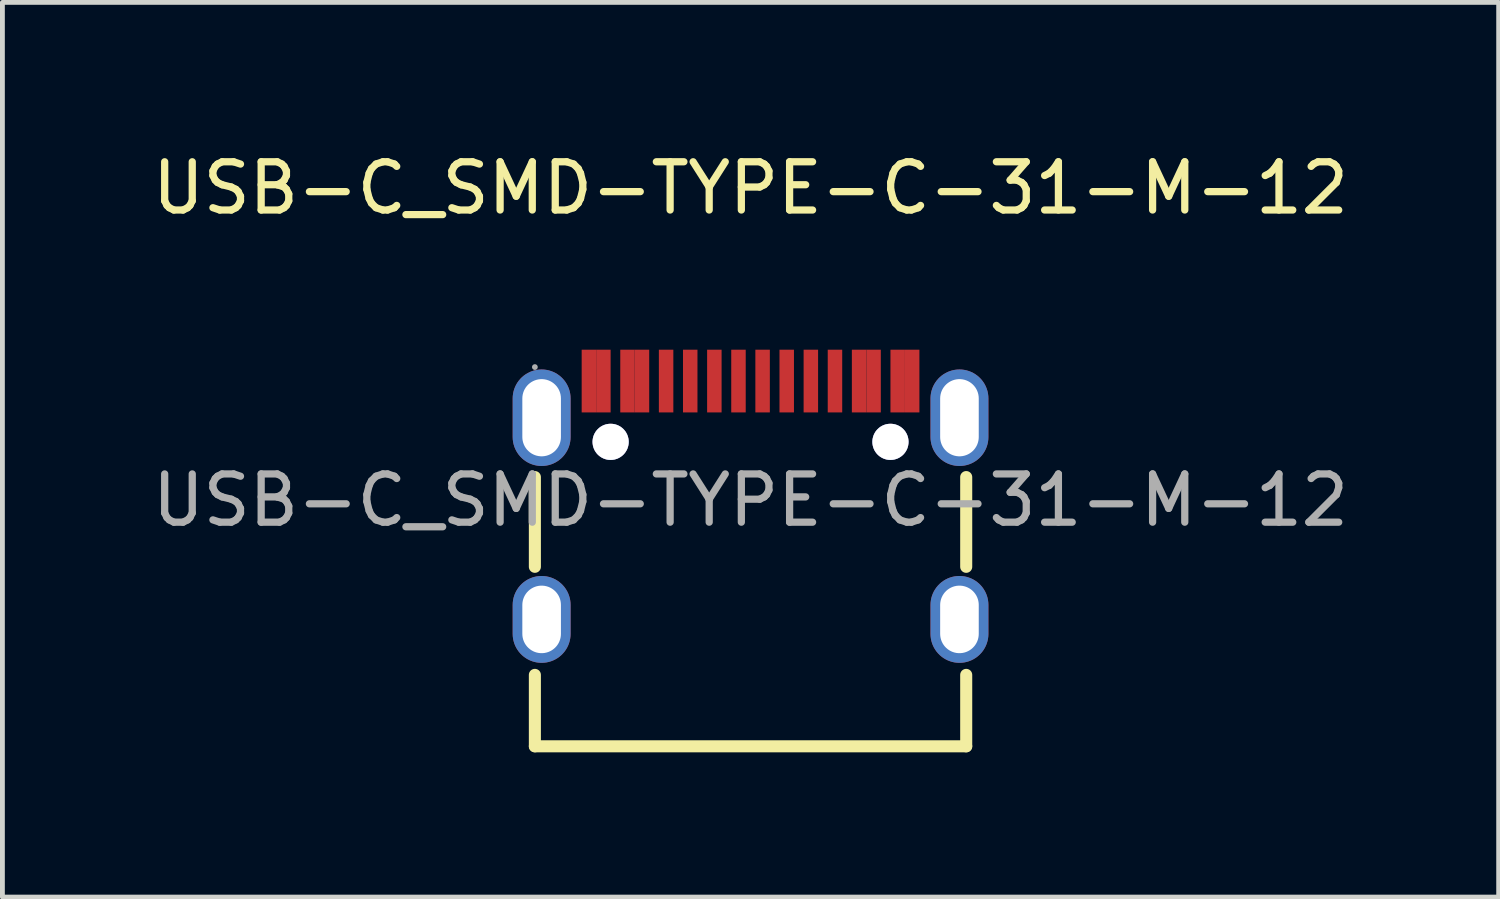
<source format=kicad_pcb>
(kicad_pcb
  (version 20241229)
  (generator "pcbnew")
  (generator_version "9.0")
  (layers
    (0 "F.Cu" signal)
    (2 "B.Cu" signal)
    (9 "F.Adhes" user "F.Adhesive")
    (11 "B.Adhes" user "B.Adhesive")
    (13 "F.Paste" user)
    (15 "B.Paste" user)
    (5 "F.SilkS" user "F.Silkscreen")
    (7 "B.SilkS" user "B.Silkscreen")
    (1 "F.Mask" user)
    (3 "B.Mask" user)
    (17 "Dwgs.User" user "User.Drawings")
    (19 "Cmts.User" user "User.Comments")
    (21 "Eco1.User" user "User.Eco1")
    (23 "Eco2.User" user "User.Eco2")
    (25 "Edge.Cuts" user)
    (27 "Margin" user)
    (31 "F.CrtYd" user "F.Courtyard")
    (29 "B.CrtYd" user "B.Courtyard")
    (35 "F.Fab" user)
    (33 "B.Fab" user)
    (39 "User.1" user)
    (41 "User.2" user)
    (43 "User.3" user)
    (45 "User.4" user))
  (footprint "USB-C_SMD-TYPE-C-31-M-12"
    (layer "F.Cu")
    (at 12.506 7.318)
    (property "Reference" "USB-C_SMD-TYPE-C-31-M-12" (at 0 -6.47 0) (layer "F.SilkS") (effects (font (size 1 1) (thickness 0.15))))
    (attr smd)
    (fp_line (start -4.47 1.38) (end -4.47 -0.48) (stroke (width 0.25) (type solid)) (layer "F.SilkS"))
    (fp_line (start -4.47 5.1) (end -4.47 3.62) (stroke (width 0.25) (type solid)) (layer "F.SilkS"))
    (fp_line (start 4.47 1.38) (end 4.47 -0.48) (stroke (width 0.25) (type solid)) (layer "F.SilkS"))
    (fp_line (start 4.47 5.1) (end -4.47 5.1) (stroke (width 0.25) (type solid)) (layer "F.SilkS"))
    (fp_line (start 4.47 5.1) (end 4.47 3.62) (stroke (width 0.25) (type solid)) (layer "F.SilkS"))
    (fp_circle (center -2.9 -1.21) (end -2.78 -1.21) (stroke (width 0.25) (type solid)) (fill no) (layer "Cmts.User"))
    (fp_circle (center 2.9 -1.21) (end 3.02 -1.21) (stroke (width 0.25) (type solid)) (fill no) (layer "Cmts.User"))
    (fp_circle (center -4.47 -2.76) (end -4.44 -2.76) (stroke (width 0.06) (type solid)) (fill no) (layer "F.Fab"))
    (fp_text user "${REFERENCE}" (at 0 0 0) (layer "F.Fab") (effects (font (size 1 1) (thickness 0.15))))
    (pad "" thru_hole circle (at -2.9 -1.21) (size 0.75 0.75) (drill 0.75) (layers "*.Cu" "*.Mask"))
    (pad "" thru_hole circle (at 2.9 -1.21) (size 0.75 0.75) (drill 0.75) (layers "*.Cu" "*.Mask"))
    (pad "A1" smd rect (at -3.35 -2.47) (size 0.3 1.3) (layers "F.Cu" "F.Mask" "F.Paste"))
    (pad "A4" smd rect (at -2.55 -2.47) (size 0.3 1.3) (layers "F.Cu" "F.Mask" "F.Paste"))
    (pad "A5" smd rect (at -1.25 -2.47) (size 0.3 1.3) (layers "F.Cu" "F.Mask" "F.Paste"))
    (pad "A6" smd rect (at -0.25 -2.47) (size 0.3 1.3) (layers "F.Cu" "F.Mask" "F.Paste"))
    (pad "A7" smd rect (at 0.25 -2.47) (size 0.3 1.3) (layers "F.Cu" "F.Mask" "F.Paste"))
    (pad "A8" smd rect (at 1.25 -2.47) (size 0.3 1.3) (layers "F.Cu" "F.Mask" "F.Paste"))
    (pad "A9" smd rect (at 2.55 -2.47) (size 0.3 1.3) (layers "F.Cu" "F.Mask" "F.Paste"))
    (pad "A12" smd rect (at 3.35 -2.47) (size 0.3 1.3) (layers "F.Cu" "F.Mask" "F.Paste"))
    (pad "B1" smd rect (at 3.05 -2.47) (size 0.3 1.3) (layers "F.Cu" "F.Mask" "F.Paste"))
    (pad "B4" smd rect (at 2.25 -2.47) (size 0.3 1.3) (layers "F.Cu" "F.Mask" "F.Paste"))
    (pad "B5" smd rect (at 1.75 -2.47) (size 0.3 1.3) (layers "F.Cu" "F.Mask" "F.Paste"))
    (pad "B6" smd rect (at 0.75 -2.47) (size 0.3 1.3) (layers "F.Cu" "F.Mask" "F.Paste"))
    (pad "B7" smd rect (at -0.75 -2.47) (size 0.3 1.3) (layers "F.Cu" "F.Mask" "F.Paste"))
    (pad "B8" smd rect (at -1.75 -2.47) (size 0.3 1.3) (layers "F.Cu" "F.Mask" "F.Paste"))
    (pad "B9" smd rect (at -2.25 -2.47) (size 0.3 1.3) (layers "F.Cu" "F.Mask" "F.Paste"))
    (pad "B12" smd rect (at -3.05 -2.47) (size 0.3 1.3) (layers "F.Cu" "F.Mask" "F.Paste"))
    (pad "SH1" thru_hole oval (at 4.33 -1.71) (size 1.2 2) (drill oval 0.8 1.6) (layers "*.Cu" "*.Mask"))
    (pad "SH2" thru_hole oval (at 4.33 2.47) (size 1.2 1.8) (drill oval 0.8 1.4) (layers "*.Cu" "*.Mask"))
    (pad "SH3" thru_hole oval (at -4.33 2.47) (size 1.2 1.8) (drill oval 0.8 1.4) (layers "*.Cu" "*.Mask"))
    (pad "SH4" thru_hole oval (at -4.33 -1.71) (size 1.2 2) (drill oval 0.8 1.6) (layers "*.Cu" "*.Mask")))
  (gr_rect
    (start -3 -3)
    (end 28.012 15.543)
    (stroke (width 0.1) (type default))
    (fill no)
    (layer "Edge.Cuts")))
</source>
